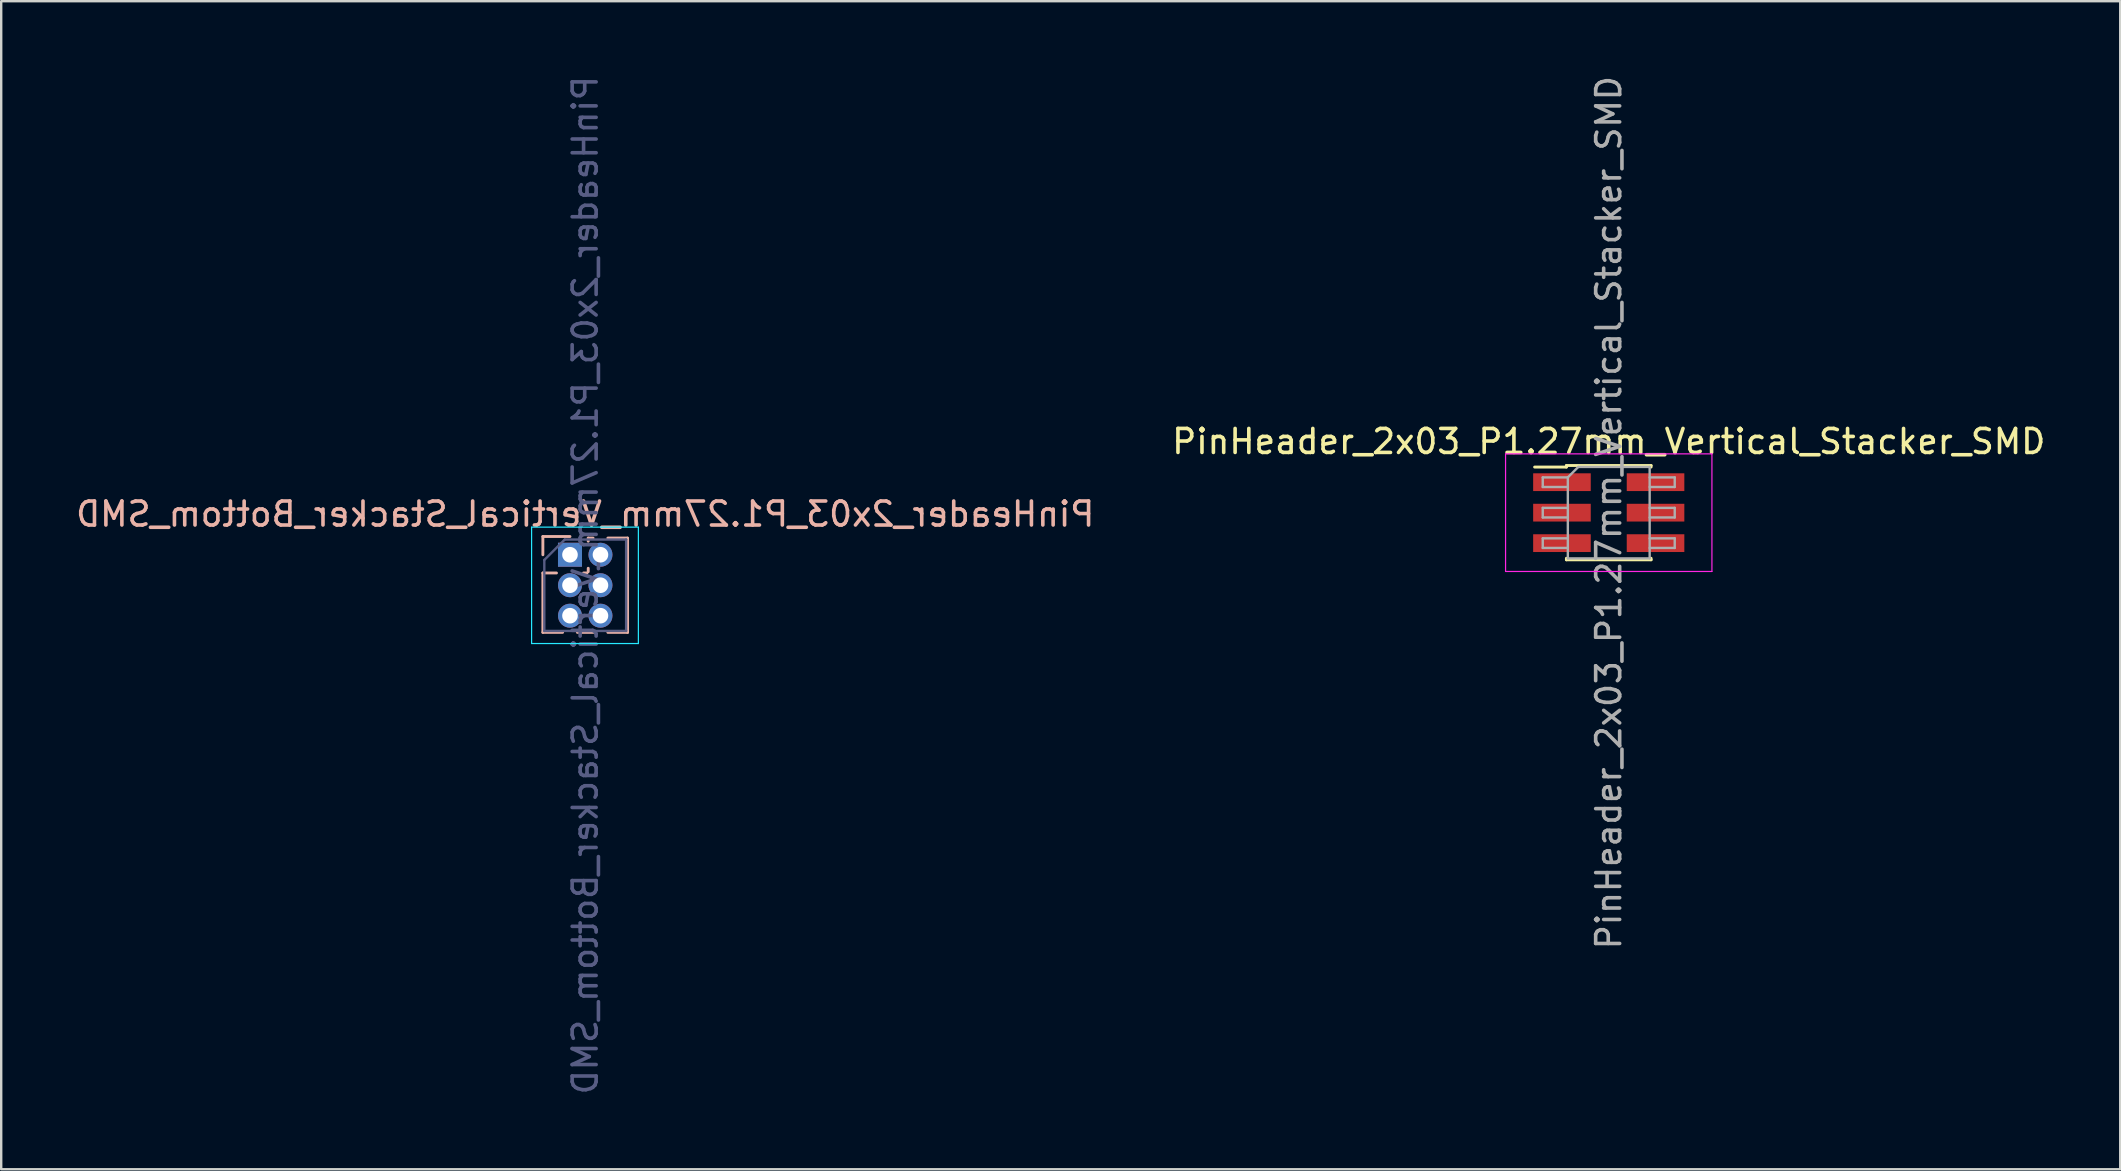
<source format=kicad_pcb>
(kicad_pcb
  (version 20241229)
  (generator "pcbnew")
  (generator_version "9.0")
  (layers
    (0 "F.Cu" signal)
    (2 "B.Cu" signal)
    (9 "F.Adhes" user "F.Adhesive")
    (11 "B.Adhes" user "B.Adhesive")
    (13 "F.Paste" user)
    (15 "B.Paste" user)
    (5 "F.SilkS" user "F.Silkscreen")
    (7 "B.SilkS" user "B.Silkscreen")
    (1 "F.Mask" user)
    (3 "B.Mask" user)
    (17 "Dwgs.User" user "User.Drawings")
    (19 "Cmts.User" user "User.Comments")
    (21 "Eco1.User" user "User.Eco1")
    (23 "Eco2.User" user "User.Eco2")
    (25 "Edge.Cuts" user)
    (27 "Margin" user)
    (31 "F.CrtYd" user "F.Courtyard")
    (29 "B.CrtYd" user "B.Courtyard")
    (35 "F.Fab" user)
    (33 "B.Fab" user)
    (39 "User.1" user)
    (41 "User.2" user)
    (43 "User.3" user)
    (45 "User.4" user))
  (footprint "PinHeader_2x03_P1.27mm_Vertical_Stacker_Bottom_SMD"
    (layer "F.Cu")
    (at 20.704 20.069)
    (property "Reference" "PinHeader_2x03_P1.27mm_Vertical_Stacker_Bottom_SMD" (at 0.635 -1.695 180) (layer "B.SilkS") (effects (font (size 1 1) (thickness 0.15)) (justify mirror)))
    (attr through_hole)
    (fp_line (start -1.13 -0.76) (end 0 -0.76) (stroke (width 0.12) (type solid)) (layer "B.SilkS"))
    (fp_line (start -1.13 0) (end -1.13 -0.76) (stroke (width 0.12) (type solid)) (layer "B.SilkS"))
    (fp_line (start -1.13 0.76) (end -1.13 3.235) (stroke (width 0.12) (type solid)) (layer "B.SilkS"))
    (fp_line (start -1.13 0.76) (end -0.563 0.76) (stroke (width 0.12) (type solid)) (layer "B.SilkS"))
    (fp_line (start -1.13 3.235) (end -0.308 3.235) (stroke (width 0.12) (type solid)) (layer "B.SilkS"))
    (fp_line (start 0.308 3.235) (end 0.962 3.235) (stroke (width 0.12) (type solid)) (layer "B.SilkS"))
    (fp_line (start 0.563 0.76) (end 0.707 0.76) (stroke (width 0.12) (type solid)) (layer "B.SilkS"))
    (fp_line (start 0.76 -0.695) (end 0.962 -0.695) (stroke (width 0.12) (type solid)) (layer "B.SilkS"))
    (fp_line (start 0.76 -0.563) (end 0.76 -0.695) (stroke (width 0.12) (type solid)) (layer "B.SilkS"))
    (fp_line (start 0.76 0.707) (end 0.76 0.563) (stroke (width 0.12) (type solid)) (layer "B.SilkS"))
    (fp_line (start 1.578 -0.695) (end 2.4 -0.695) (stroke (width 0.12) (type solid)) (layer "B.SilkS"))
    (fp_line (start 1.578 3.235) (end 2.4 3.235) (stroke (width 0.12) (type solid)) (layer "B.SilkS"))
    (fp_line (start 2.4 -0.695) (end 2.4 3.235) (stroke (width 0.12) (type solid)) (layer "B.SilkS"))
    (fp_line (start -1.6 -1.15) (end -1.6 3.7) (stroke (width 0.05) (type solid)) (layer "B.CrtYd"))
    (fp_line (start -1.6 3.7) (end 2.85 3.7) (stroke (width 0.05) (type solid)) (layer "B.CrtYd"))
    (fp_line (start 2.85 -1.15) (end -1.6 -1.15) (stroke (width 0.05) (type solid)) (layer "B.CrtYd"))
    (fp_line (start 2.85 3.7) (end 2.85 -1.15) (stroke (width 0.05) (type solid)) (layer "B.CrtYd"))
    (fp_line (start -1.07 0.217) (end -0.217 -0.635) (stroke (width 0.1) (type solid)) (layer "B.Fab"))
    (fp_line (start -1.07 3.175) (end -1.07 0.217) (stroke (width 0.1) (type solid)) (layer "B.Fab"))
    (fp_line (start -0.217 -0.635) (end 2.34 -0.635) (stroke (width 0.1) (type solid)) (layer "B.Fab"))
    (fp_line (start 2.34 -0.635) (end 2.34 3.175) (stroke (width 0.1) (type solid)) (layer "B.Fab"))
    (fp_line (start 2.34 3.175) (end -1.07 3.175) (stroke (width 0.1) (type solid)) (layer "B.Fab"))
    (fp_text user "${REFERENCE}" (at 0.635 1.27 90) (layer "B.Fab") (effects (font (size 1 1) (thickness 0.15)) (justify mirror)))
    (pad "1" thru_hole rect (at 0 0 180) (size 1 1) (drill 0.65) (layers "*.Cu" "*.Mask"))
    (pad "2" thru_hole oval (at 1.27 0 180) (size 1 1) (drill 0.65) (layers "*.Cu" "*.Mask"))
    (pad "3" thru_hole oval (at 0 1.27 180) (size 1 1) (drill 0.65) (layers "*.Cu" "*.Mask"))
    (pad "4" thru_hole oval (at 1.27 1.27 180) (size 1 1) (drill 0.65) (layers "*.Cu" "*.Mask"))
    (pad "5" thru_hole oval (at 0 2.54 180) (size 1 1) (drill 0.65) (layers "*.Cu" "*.Mask"))
    (pad "6" thru_hole oval (at 1.27 2.54 180) (size 1 1) (drill 0.65) (layers "*.Cu" "*.Mask")))
  (footprint "PinHeader_2x03_P1.27mm_Vertical_Stacker_SMD"
    (layer "F.Cu")
    (at 63.994 18.315)
    (property "Reference" "PinHeader_2x03_P1.27mm_Vertical_Stacker_SMD" (at 0 -2.965 0) (layer "F.SilkS") (effects (font (size 1 1) (thickness 0.15))))
    (attr smd)
    (fp_line (start -3.09 -1.9) (end -1.765 -1.9) (stroke (width 0.12) (type solid)) (layer "F.SilkS"))
    (fp_line (start -1.765 -1.965) (end -1.765 -1.9) (stroke (width 0.12) (type solid)) (layer "F.SilkS"))
    (fp_line (start -1.765 -1.965) (end 1.765 -1.965) (stroke (width 0.12) (type solid)) (layer "F.SilkS"))
    (fp_line (start -1.765 1.9) (end -1.765 1.965) (stroke (width 0.12) (type solid)) (layer "F.SilkS"))
    (fp_line (start -1.765 1.965) (end 1.765 1.965) (stroke (width 0.12) (type solid)) (layer "F.SilkS"))
    (fp_line (start 1.765 -1.965) (end 1.765 -1.9) (stroke (width 0.12) (type solid)) (layer "F.SilkS"))
    (fp_line (start 1.765 1.9) (end 1.765 1.965) (stroke (width 0.12) (type solid)) (layer "F.SilkS"))
    (fp_line (start -4.3 -2.45) (end -4.3 2.45) (stroke (width 0.05) (type solid)) (layer "F.CrtYd"))
    (fp_line (start -4.3 2.45) (end 4.3 2.45) (stroke (width 0.05) (type solid)) (layer "F.CrtYd"))
    (fp_line (start 4.3 -2.45) (end -4.3 -2.45) (stroke (width 0.05) (type solid)) (layer "F.CrtYd"))
    (fp_line (start 4.3 2.45) (end 4.3 -2.45) (stroke (width 0.05) (type solid)) (layer "F.CrtYd"))
    (fp_line (start -2.75 -1.47) (end -2.75 -1.07) (stroke (width 0.1) (type solid)) (layer "F.Fab"))
    (fp_line (start -2.75 -1.07) (end -1.705 -1.07) (stroke (width 0.1) (type solid)) (layer "F.Fab"))
    (fp_line (start -2.75 -0.2) (end -2.75 0.2) (stroke (width 0.1) (type solid)) (layer "F.Fab"))
    (fp_line (start -2.75 0.2) (end -1.705 0.2) (stroke (width 0.1) (type solid)) (layer "F.Fab"))
    (fp_line (start -2.75 1.07) (end -2.75 1.47) (stroke (width 0.1) (type solid)) (layer "F.Fab"))
    (fp_line (start -2.75 1.47) (end -1.705 1.47) (stroke (width 0.1) (type solid)) (layer "F.Fab"))
    (fp_line (start -1.705 -1.47) (end -2.75 -1.47) (stroke (width 0.1) (type solid)) (layer "F.Fab"))
    (fp_line (start -1.705 -1.47) (end -1.27 -1.905) (stroke (width 0.1) (type solid)) (layer "F.Fab"))
    (fp_line (start -1.705 -0.2) (end -2.75 -0.2) (stroke (width 0.1) (type solid)) (layer "F.Fab"))
    (fp_line (start -1.705 1.07) (end -2.75 1.07) (stroke (width 0.1) (type solid)) (layer "F.Fab"))
    (fp_line (start -1.705 1.905) (end -1.705 -1.47) (stroke (width 0.1) (type solid)) (layer "F.Fab"))
    (fp_line (start -1.27 -1.905) (end 1.705 -1.905) (stroke (width 0.1) (type solid)) (layer "F.Fab"))
    (fp_line (start 1.705 -1.905) (end 1.705 1.905) (stroke (width 0.1) (type solid)) (layer "F.Fab"))
    (fp_line (start 1.705 -1.47) (end 2.75 -1.47) (stroke (width 0.1) (type solid)) (layer "F.Fab"))
    (fp_line (start 1.705 -0.2) (end 2.75 -0.2) (stroke (width 0.1) (type solid)) (layer "F.Fab"))
    (fp_line (start 1.705 1.07) (end 2.75 1.07) (stroke (width 0.1) (type solid)) (layer "F.Fab"))
    (fp_line (start 1.705 1.905) (end -1.705 1.905) (stroke (width 0.1) (type solid)) (layer "F.Fab"))
    (fp_line (start 2.75 -1.47) (end 2.75 -1.07) (stroke (width 0.1) (type solid)) (layer "F.Fab"))
    (fp_line (start 2.75 -1.07) (end 1.705 -1.07) (stroke (width 0.1) (type solid)) (layer "F.Fab"))
    (fp_line (start 2.75 -0.2) (end 2.75 0.2) (stroke (width 0.1) (type solid)) (layer "F.Fab"))
    (fp_line (start 2.75 0.2) (end 1.705 0.2) (stroke (width 0.1) (type solid)) (layer "F.Fab"))
    (fp_line (start 2.75 1.07) (end 2.75 1.47) (stroke (width 0.1) (type solid)) (layer "F.Fab"))
    (fp_line (start 2.75 1.47) (end 1.705 1.47) (stroke (width 0.1) (type solid)) (layer "F.Fab"))
    (fp_text user "${REFERENCE}" (at 0 0 90) (layer "F.Fab") (effects (font (size 1 1) (thickness 0.15))))
    (pad "1" smd rect (at -1.95 -1.27) (size 2.4 0.74) (layers "F.Cu" "F.Mask" "F.Paste"))
    (pad "2" smd rect (at 1.95 -1.27) (size 2.4 0.74) (layers "F.Cu" "F.Mask" "F.Paste"))
    (pad "3" smd rect (at -1.95 0) (size 2.4 0.74) (layers "F.Cu" "F.Mask" "F.Paste"))
    (pad "4" smd rect (at 1.95 0) (size 2.4 0.74) (layers "F.Cu" "F.Mask" "F.Paste"))
    (pad "5" smd rect (at -1.95 1.27) (size 2.4 0.74) (layers "F.Cu" "F.Mask" "F.Paste"))
    (pad "6" smd rect (at 1.95 1.27) (size 2.4 0.74) (layers "F.Cu" "F.Mask" "F.Paste")))
  (gr_rect
    (start -3 -3)
    (end 85.31 45.679)
    (stroke (width 0.1) (type default))
    (fill no)
    (layer "Edge.Cuts")))
</source>
